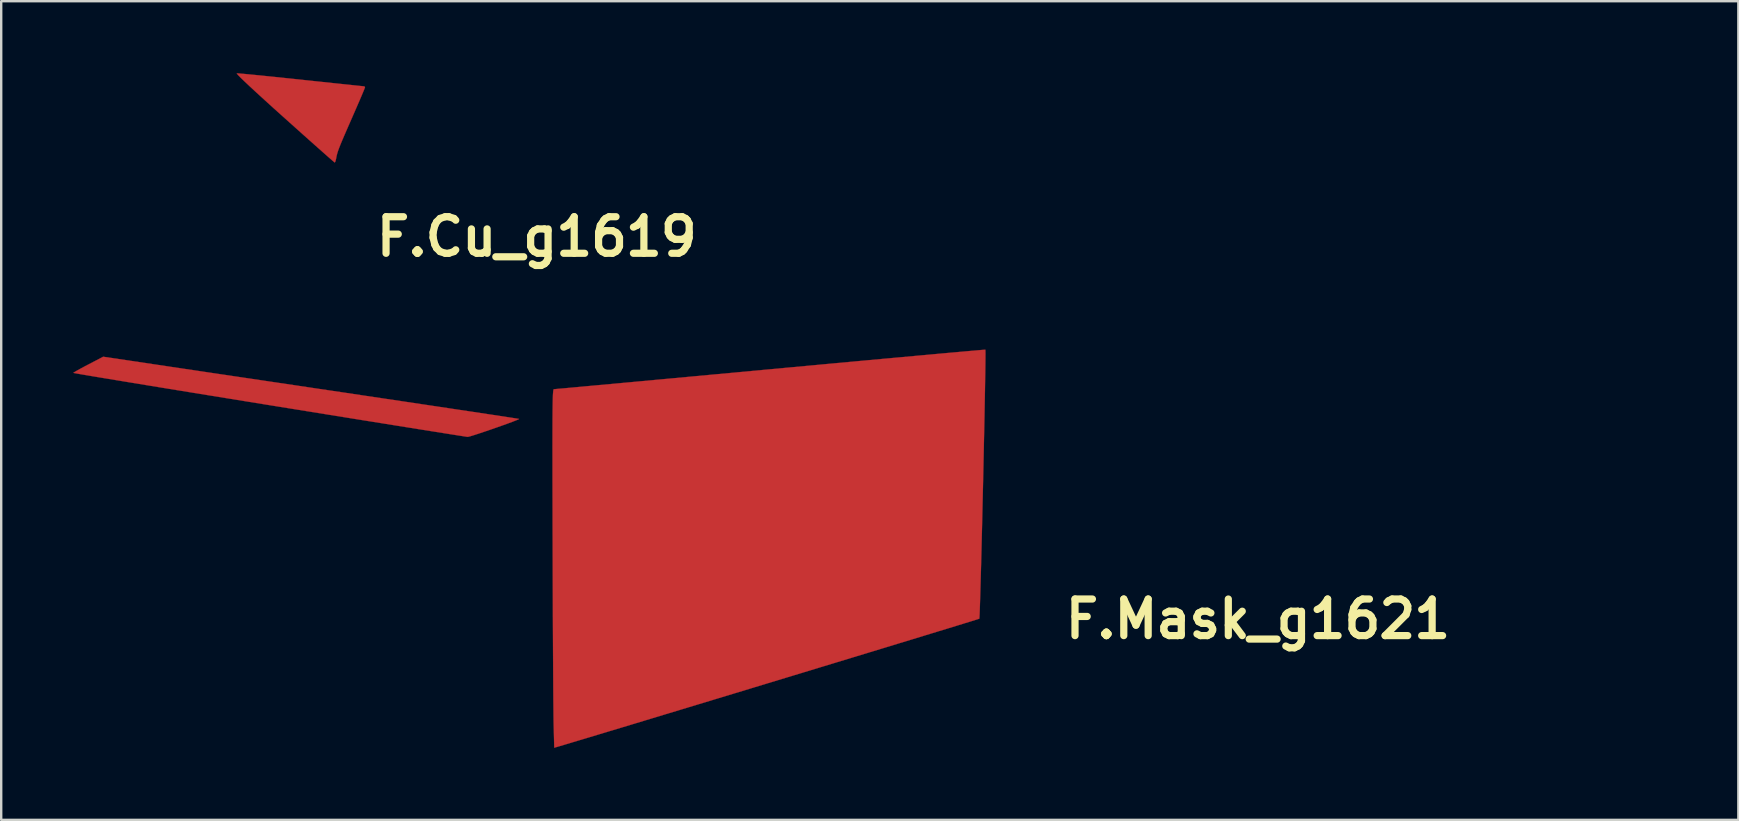
<source format=kicad_pcb>
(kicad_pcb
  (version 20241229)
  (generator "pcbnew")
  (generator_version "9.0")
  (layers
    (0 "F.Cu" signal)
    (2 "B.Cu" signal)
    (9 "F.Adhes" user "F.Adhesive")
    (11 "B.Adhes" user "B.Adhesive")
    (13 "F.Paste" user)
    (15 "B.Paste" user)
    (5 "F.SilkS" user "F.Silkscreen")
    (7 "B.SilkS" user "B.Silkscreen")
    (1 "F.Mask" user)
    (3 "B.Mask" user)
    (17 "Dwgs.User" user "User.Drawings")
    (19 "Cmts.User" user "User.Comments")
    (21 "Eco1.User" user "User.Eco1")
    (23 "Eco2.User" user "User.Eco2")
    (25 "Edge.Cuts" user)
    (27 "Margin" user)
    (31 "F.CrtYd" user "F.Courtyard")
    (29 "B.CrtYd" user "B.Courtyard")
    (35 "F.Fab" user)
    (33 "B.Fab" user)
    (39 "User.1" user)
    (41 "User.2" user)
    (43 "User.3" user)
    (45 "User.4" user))
  (footprint "F.Mask_g1621"
    (layer "F.Cu")
    (at 49.351 22.738)
    (property "Reference" "F.Mask_g1621" (at 0 0 0) (layer "F.SilkS") (effects (font (size 1.524 1.524) (thickness 0.3))))
    (attr through_hole)
    (fp_poly (pts (xy 8.276 -22.73) (xy 8.376 -22.713) (xy 8.415 -22.666) (xy 8.402 -22.575) (xy 8.343 -22.426) (xy 8.315 -22.36) (xy 8.098 -21.759) (xy 7.953 -21.137) (xy 7.913 -20.853) (xy 7.893 -20.61) (xy 7.887 -20.356) (xy 7.898 -20.081) (xy 7.926 -19.774) (xy 7.972 -19.424) (xy 8.037 -19.02) (xy 8.123 -18.55) (xy 8.173 -18.288) (xy 8.232 -17.988) (xy 8.287 -17.707) (xy 8.336 -17.458) (xy 8.375 -17.256) (xy 8.403 -17.112) (xy 8.415 -17.048) (xy 8.445 -16.887) (xy 8.594 -16.999) (xy 8.763 -17.113) (xy 8.937 -17.205) (xy 9.102 -17.271) (xy 9.243 -17.307) (xy 9.346 -17.307) (xy 9.396 -17.268) (xy 9.398 -17.251) (xy 9.415 -17.16) (xy 9.463 -17.006) (xy 9.537 -16.803) (xy 9.63 -16.563) (xy 9.738 -16.301) (xy 9.855 -16.03) (xy 9.976 -15.764) (xy 10.094 -15.515) (xy 10.137 -15.431) (xy 10.295 -15.126) (xy 10.455 -14.832) (xy 10.626 -14.539) (xy 10.814 -14.235) (xy 11.025 -13.91) (xy 11.267 -13.552) (xy 11.546 -13.151) (xy 11.871 -12.695) (xy 11.913 -12.636) (xy 12.118 -12.35) (xy 12.322 -12.066) (xy 12.514 -11.797) (xy 12.687 -11.555) (xy 12.83 -11.354) (xy 12.935 -11.206) (xy 12.949 -11.187) (xy 13.06 -11.031) (xy 13.155 -10.904) (xy 13.221 -10.821) (xy 13.248 -10.795) (xy 13.289 -10.821) (xy 13.377 -10.89) (xy 13.495 -10.989) (xy 13.54 -11.029) (xy 13.736 -11.191) (xy 13.893 -11.3) (xy 14.03 -11.365) (xy 14.163 -11.395) (xy 14.21 -11.4) (xy 14.315 -11.398) (xy 14.367 -11.362) (xy 14.4 -11.269) (xy 14.402 -11.261) (xy 14.645 -10.348) (xy 14.903 -9.497) (xy 15.183 -8.687) (xy 15.492 -7.895) (xy 15.839 -7.101) (xy 15.994 -6.769) (xy 16.281 -6.124) (xy 16.509 -5.512) (xy 16.686 -4.912) (xy 16.818 -4.301) (xy 16.874 -3.95) (xy 16.907 -3.645) (xy 16.93 -3.281) (xy 16.943 -2.881) (xy 16.945 -2.471) (xy 16.936 -2.076) (xy 16.916 -1.719) (xy 16.895 -1.503) (xy 16.86 -1.255) (xy 16.812 -0.962) (xy 16.753 -0.645) (xy 16.69 -0.326) (xy 16.625 -0.027) (xy 16.564 0.23) (xy 16.514 0.412) (xy 16.434 0.676) (xy 16.576 0.764) (xy 16.768 0.92) (xy 16.913 1.114) (xy 16.997 1.322) (xy 17.008 1.392) (xy 16.999 1.639) (xy 16.931 1.938) (xy 16.806 2.284) (xy 16.628 2.671) (xy 16.398 3.093) (xy 16.119 3.544) (xy 16.043 3.659) (xy 15.659 4.233) (xy 15.434 4.233) (xy 15.375 4.236) (xy 15.237 4.245) (xy 15.025 4.258) (xy 14.746 4.277) (xy 14.403 4.299) (xy 14.003 4.326) (xy 13.55 4.356) (xy 13.051 4.39) (xy 12.51 4.427) (xy 11.934 4.466) (xy 11.327 4.507) (xy 10.695 4.551) (xy 10.042 4.595) (xy 9.376 4.641) (xy 8.7 4.687) (xy 8.021 4.734) (xy 7.344 4.781) (xy 6.673 4.827) (xy 6.015 4.873) (xy 5.376 4.917) (xy 4.759 4.96) (xy 4.171 5.001) (xy 3.617 5.04) (xy 3.102 5.076) (xy 2.633 5.109) (xy 2.213 5.138) (xy 1.85 5.164) (xy 1.547 5.186) (xy 1.31 5.203) (xy 1.146 5.216) (xy 1.085 5.221) (xy 0.879 5.238) (xy -3.73 1.115) (xy -4.264 0.636) (xy -4.781 0.173) (xy -5.277 -0.272) (xy -5.748 -0.696) (xy -6.191 -1.095) (xy -6.603 -1.466) (xy -6.979 -1.807) (xy -7.317 -2.114) (xy -7.613 -2.383) (xy -7.864 -2.612) (xy -8.065 -2.798) (xy -8.214 -2.936) (xy -8.306 -3.025) (xy -8.34 -3.061) (xy -8.34 -3.061) (xy -8.324 -3.122) (xy -8.28 -3.251) (xy -8.21 -3.44) (xy -8.12 -3.678) (xy -8.013 -3.955) (xy -7.892 -4.263) (xy -7.762 -4.591) (xy -7.627 -4.93) (xy -7.489 -5.27) (xy -7.354 -5.602) (xy -7.225 -5.916) (xy -7.106 -6.203) (xy -7 -6.453) (xy -6.912 -6.656) (xy -6.845 -6.802) (xy -6.806 -6.879) (xy -6.674 -7.098) (xy -6.51 -7.362) (xy -6.31 -7.673) (xy -6.072 -8.037) (xy -5.793 -8.458) (xy -5.47 -8.939) (xy -5.112 -9.471) (xy -4.869 -9.83) (xy -4.67 -10.129) (xy -4.51 -10.377) (xy -4.386 -10.585) (xy -4.293 -10.761) (xy -4.227 -10.916) (xy -4.184 -11.06) (xy -4.16 -11.201) (xy -4.151 -11.35) (xy -4.153 -11.516) (xy -4.162 -11.709) (xy -4.162 -11.726) (xy -4.19 -12.047) (xy -4.238 -12.389) (xy -4.295 -12.678) (xy -4.338 -12.864) (xy -4.373 -13.017) (xy -4.395 -13.119) (xy -4.403 -13.154) (xy -4.364 -13.16) (xy -4.265 -13.164) (xy -4.154 -13.166) (xy -3.876 -13.149) (xy -3.551 -13.102) (xy -3.206 -13.03) (xy -2.872 -12.939) (xy -2.781 -12.91) (xy -2.617 -12.855) (xy -2.486 -12.813) (xy -2.408 -12.788) (xy -2.393 -12.785) (xy -2.38 -12.823) (xy -2.357 -12.924) (xy -2.331 -13.068) (xy -2.327 -13.088) (xy -2.296 -13.487) (xy -2.338 -13.889) (xy -2.456 -14.303) (xy -2.651 -14.738) (xy -2.681 -14.796) (xy -2.851 -15.11) (xy -2.984 -15.358) (xy -3.086 -15.55) (xy -3.161 -15.693) (xy -3.214 -15.796) (xy -3.248 -15.868) (xy -3.269 -15.917) (xy -3.278 -15.945) (xy -3.285 -15.989) (xy -3.264 -16.023) (xy -3.203 -16.053) (xy -3.085 -16.087) (xy -2.923 -16.126) (xy -2.382 -16.221) (xy -1.843 -16.246) (xy -1.291 -16.203) (xy -0.71 -16.09) (xy -0.581 -16.057) (xy -0.407 -16.013) (xy -0.266 -15.98) (xy -0.177 -15.964) (xy -0.155 -15.964) (xy -0.134 -16.008) (xy -0.087 -16.11) (xy -0.025 -16.251) (xy -0.004 -16.298) (xy 0.263 -16.842) (xy 0.595 -17.401) (xy 0.979 -17.958) (xy 1.401 -18.495) (xy 1.848 -18.991) (xy 1.946 -19.09) (xy 2.371 -19.496) (xy 2.818 -19.881) (xy 3.295 -20.253) (xy 3.812 -20.619) (xy 4.379 -20.986) (xy 5.007 -21.36) (xy 5.704 -21.748) (xy 5.879 -21.842) (xy 6.328 -22.079) (xy 6.713 -22.273) (xy 7.043 -22.428) (xy 7.324 -22.548) (xy 7.565 -22.635) (xy 7.774 -22.693) (xy 7.958 -22.725) (xy 8.108 -22.733) (xy 8.276 -22.73)) (stroke (width 0.01) (type solid)) (fill yes) (layer "F.Mask")))
  (footprint "F.Cu_g1619"
    (layer "F.Cu")
    (at 19.309 6.812)
    (property "Reference" "F.Cu_g1619" (at 0 0 0) (layer "F.SilkS") (effects (font (size 1.524 1.524) (thickness 0.3))))
    (attr through_hole)
    (fp_poly (pts (xy -12.44 -6.805) (xy -12.31 -6.794) (xy -12.11 -6.776) (xy -11.848 -6.751) (xy -11.532 -6.72) (xy -11.169 -6.683) (xy -10.766 -6.642) (xy -10.331 -6.596) (xy -9.871 -6.548) (xy -9.818 -6.542) (xy -9.357 -6.493) (xy -8.921 -6.447) (xy -8.518 -6.404) (xy -8.154 -6.366) (xy -7.837 -6.333) (xy -7.575 -6.305) (xy -7.374 -6.284) (xy -7.241 -6.271) (xy -7.185 -6.265) (xy -7.183 -6.265) (xy -7.155 -6.233) (xy -7.154 -6.226) (xy -7.171 -6.179) (xy -7.217 -6.064) (xy -7.29 -5.89) (xy -7.385 -5.668) (xy -7.499 -5.406) (xy -7.626 -5.114) (xy -7.709 -4.924) (xy -7.869 -4.56) (xy -7.998 -4.263) (xy -8.1 -4.025) (xy -8.179 -3.835) (xy -8.238 -3.685) (xy -8.281 -3.565) (xy -8.312 -3.465) (xy -8.335 -3.376) (xy -8.352 -3.289) (xy -8.359 -3.249) (xy -8.383 -3.148) (xy -8.41 -3.096) (xy -8.416 -3.094) (xy -8.451 -3.122) (xy -8.545 -3.202) (xy -8.691 -3.329) (xy -8.883 -3.499) (xy -9.118 -3.707) (xy -9.389 -3.948) (xy -9.691 -4.217) (xy -10.018 -4.51) (xy -10.367 -4.822) (xy -10.505 -4.946) (xy -10.946 -5.342) (xy -11.335 -5.695) (xy -11.671 -6.002) (xy -11.952 -6.262) (xy -12.176 -6.473) (xy -12.343 -6.634) (xy -12.449 -6.743) (xy -12.494 -6.799) (xy -12.494 -6.807) (xy -12.44 -6.805)) (stroke (width 0.01) (type solid)) (fill yes) (layer "F.Cu"))
    (fp_poly (pts (xy -15.793 5.336) (xy -15.311 5.408) (xy -14.81 5.483) (xy -14.305 5.558) (xy -13.811 5.632) (xy -13.341 5.702) (xy -12.912 5.765) (xy -12.538 5.821) (xy -12.234 5.866) (xy -11.152 6.027) (xy -10.109 6.182) (xy -9.106 6.332) (xy -8.146 6.474) (xy -7.233 6.611) (xy -6.368 6.74) (xy -5.555 6.861) (xy -4.795 6.975) (xy -4.092 7.08) (xy -3.449 7.177) (xy -2.867 7.264) (xy -2.349 7.342) (xy -1.899 7.41) (xy -1.518 7.468) (xy -1.209 7.515) (xy -0.975 7.551) (xy -0.819 7.576) (xy -0.743 7.588) (xy -0.735 7.59) (xy -0.767 7.61) (xy -0.866 7.651) (xy -1.02 7.711) (xy -1.218 7.784) (xy -1.446 7.866) (xy -1.693 7.953) (xy -1.945 8.041) (xy -2.19 8.124) (xy -2.417 8.2) (xy -2.611 8.263) (xy -2.762 8.309) (xy -2.856 8.334) (xy -2.879 8.337) (xy -2.931 8.33) (xy -3.062 8.309) (xy -3.269 8.277) (xy -3.547 8.233) (xy -3.892 8.178) (xy -4.301 8.113) (xy -4.769 8.039) (xy -5.292 7.955) (xy -5.866 7.863) (xy -6.486 7.763) (xy -7.15 7.657) (xy -7.852 7.544) (xy -8.59 7.425) (xy -9.357 7.301) (xy -10.152 7.173) (xy -10.968 7.041) (xy -11.144 7.013) (xy -11.964 6.88) (xy -12.76 6.751) (xy -13.531 6.626) (xy -14.27 6.506) (xy -14.975 6.391) (xy -15.642 6.282) (xy -16.265 6.18) (xy -16.843 6.085) (xy -17.369 5.998) (xy -17.841 5.92) (xy -18.254 5.852) (xy -18.605 5.793) (xy -18.889 5.745) (xy -19.103 5.708) (xy -19.241 5.683) (xy -19.302 5.671) (xy -19.304 5.671) (xy -19.268 5.644) (xy -19.17 5.586) (xy -19.021 5.503) (xy -18.834 5.402) (xy -18.683 5.323) (xy -18.061 4.998) (xy -15.793 5.336)) (stroke (width 0.01) (type solid)) (fill yes) (layer "F.Cu"))
    (fp_poly (pts (xy 18.691 4.75) (xy 18.692 4.874) (xy 18.691 5.071) (xy 18.688 5.334) (xy 18.684 5.658) (xy 18.677 6.036) (xy 18.67 6.462) (xy 18.661 6.931) (xy 18.652 7.436) (xy 18.641 7.972) (xy 18.629 8.531) (xy 18.617 9.109) (xy 18.604 9.699) (xy 18.591 10.296) (xy 18.577 10.892) (xy 18.563 11.483) (xy 18.55 12.061) (xy 18.536 12.622) (xy 18.523 13.158) (xy 18.51 13.665) (xy 18.497 14.135) (xy 18.485 14.563) (xy 18.474 14.944) (xy 18.464 15.269) (xy 18.455 15.535) (xy 18.448 15.734) (xy 18.441 15.861) (xy 18.436 15.91) (xy 18.436 15.91) (xy 18.394 15.925) (xy 18.275 15.962) (xy 18.084 16.022) (xy 17.825 16.101) (xy 17.504 16.2) (xy 17.124 16.317) (xy 16.689 16.449) (xy 16.206 16.597) (xy 15.677 16.759) (xy 15.107 16.932) (xy 14.502 17.117) (xy 13.864 17.311) (xy 13.2 17.513) (xy 12.513 17.722) (xy 11.808 17.936) (xy 11.089 18.155) (xy 10.361 18.376) (xy 9.629 18.598) (xy 8.896 18.821) (xy 8.168 19.042) (xy 7.448 19.26) (xy 6.742 19.474) (xy 6.053 19.683) (xy 5.387 19.884) (xy 4.748 20.078) (xy 4.14 20.262) (xy 3.567 20.435) (xy 3.035 20.595) (xy 2.548 20.742) (xy 2.11 20.874) (xy 1.726 20.989) (xy 1.4 21.087) (xy 1.137 21.166) (xy 0.941 21.224) (xy 0.841 21.253) (xy 0.729 21.285) (xy 0.704 20.305) (xy 0.701 20.149) (xy 0.698 19.914) (xy 0.695 19.606) (xy 0.691 19.23) (xy 0.688 18.791) (xy 0.685 18.295) (xy 0.682 17.747) (xy 0.678 17.154) (xy 0.675 16.521) (xy 0.672 15.853) (xy 0.67 15.155) (xy 0.667 14.434) (xy 0.665 13.695) (xy 0.663 12.944) (xy 0.663 12.838) (xy 0.66 11.968) (xy 0.659 11.179) (xy 0.657 10.467) (xy 0.656 9.828) (xy 0.656 9.258) (xy 0.655 8.753) (xy 0.656 8.31) (xy 0.657 7.924) (xy 0.658 7.591) (xy 0.66 7.308) (xy 0.663 7.071) (xy 0.666 6.875) (xy 0.67 6.718) (xy 0.674 6.595) (xy 0.68 6.501) (xy 0.686 6.434) (xy 0.693 6.39) (xy 0.701 6.364) (xy 0.709 6.352) (xy 0.715 6.35) (xy 0.763 6.347) (xy 0.891 6.335) (xy 1.097 6.317) (xy 1.374 6.292) (xy 1.72 6.26) (xy 2.131 6.222) (xy 2.603 6.179) (xy 3.132 6.131) (xy 3.714 6.077) (xy 4.344 6.019) (xy 5.02 5.956) (xy 5.738 5.89) (xy 6.492 5.82) (xy 7.28 5.747) (xy 8.098 5.672) (xy 8.941 5.593) (xy 9.728 5.52) (xy 10.591 5.44) (xy 11.43 5.363) (xy 12.244 5.287) (xy 13.027 5.215) (xy 13.776 5.146) (xy 14.487 5.081) (xy 15.156 5.02) (xy 15.779 4.963) (xy 16.353 4.911) (xy 16.873 4.863) (xy 17.336 4.822) (xy 17.737 4.786) (xy 18.073 4.756) (xy 18.34 4.733) (xy 18.534 4.716) (xy 18.652 4.707) (xy 18.688 4.705) (xy 18.691 4.75)) (stroke (width 0.01) (type solid)) (fill yes) (layer "F.Cu")))
  (gr_rect
    (start -3 -3)
    (end 69.364 31.102)
    (stroke (width 0.1) (type default))
    (fill no)
    (layer "Edge.Cuts")))
</source>
